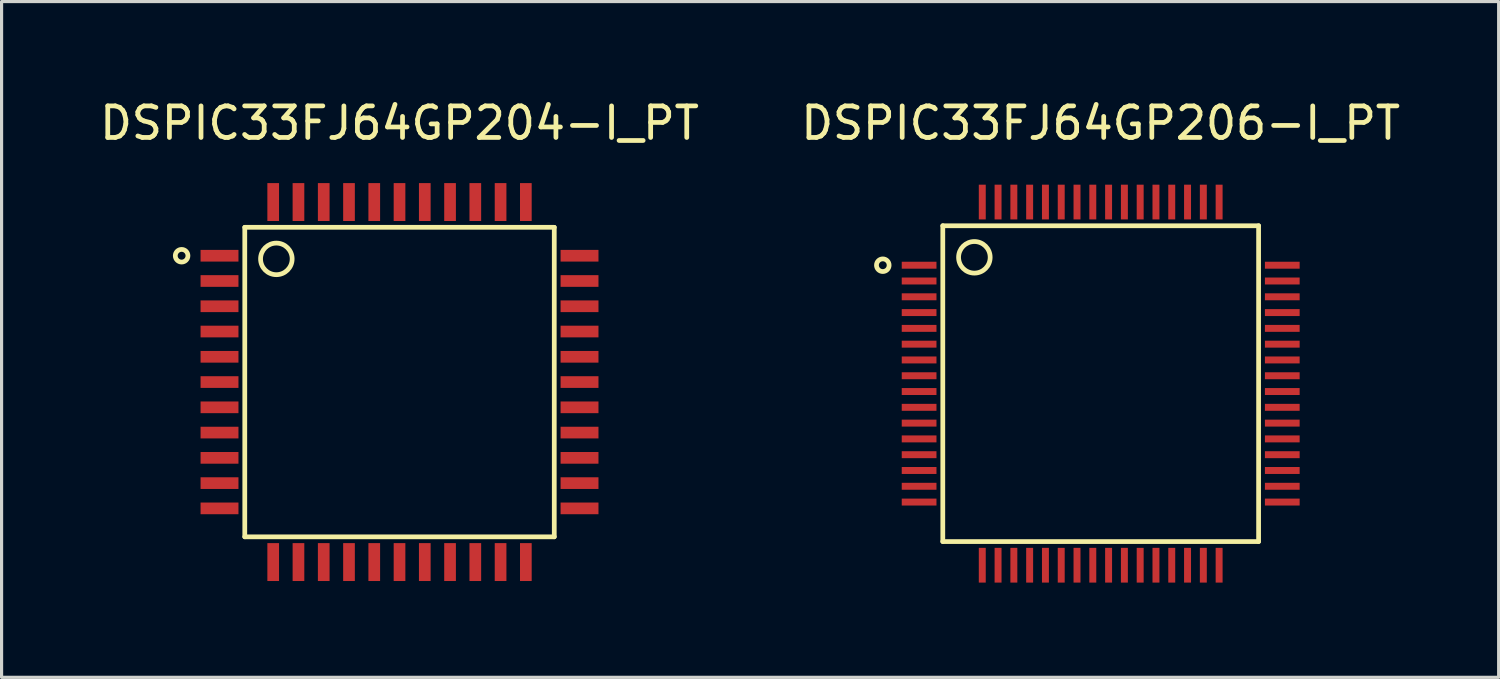
<source format=kicad_pcb>
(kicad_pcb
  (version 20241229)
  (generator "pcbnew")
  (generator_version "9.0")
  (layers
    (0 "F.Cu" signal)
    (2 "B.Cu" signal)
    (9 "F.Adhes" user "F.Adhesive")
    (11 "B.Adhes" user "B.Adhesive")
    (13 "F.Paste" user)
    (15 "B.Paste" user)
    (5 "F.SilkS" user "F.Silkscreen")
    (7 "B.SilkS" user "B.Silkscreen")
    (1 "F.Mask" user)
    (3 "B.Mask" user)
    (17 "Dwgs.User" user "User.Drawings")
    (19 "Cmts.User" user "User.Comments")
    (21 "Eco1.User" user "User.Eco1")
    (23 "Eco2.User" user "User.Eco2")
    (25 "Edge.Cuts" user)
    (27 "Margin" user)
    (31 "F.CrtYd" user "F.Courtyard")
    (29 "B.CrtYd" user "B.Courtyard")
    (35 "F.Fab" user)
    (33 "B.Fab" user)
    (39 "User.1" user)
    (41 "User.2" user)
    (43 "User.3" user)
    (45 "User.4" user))
  (footprint "DSPIC33FJ64GP206-I_PT"
    (layer "F.Cu")
    (at 26.054 3.348)
    (property "Reference" "DSPIC33FJ64GP206-I_PT" (at 5.75 -2.5 0) (layer "F.SilkS") (effects (font (size 1 1) (thickness 0.15))))
    (attr through_hole)
    (fp_line (start 0.75 0.75) (end 0.75 10.75) (stroke (width 0.15) (type solid)) (layer "F.SilkS"))
    (fp_line (start 0.75 0.75) (end 10.75 0.75) (stroke (width 0.15) (type solid)) (layer "F.SilkS"))
    (fp_line (start 0.75 10.75) (end 10.75 10.75) (stroke (width 0.15) (type solid)) (layer "F.SilkS"))
    (fp_line (start 10.75 10.75) (end 10.75 0.75) (stroke (width 0.15) (type solid)) (layer "F.SilkS"))
    (fp_circle (center -1.15 2) (end -1.15 1.8) (stroke (width 0.15) (type solid)) (fill no) (layer "F.SilkS"))
    (fp_circle (center 1.75 1.75) (end 1.75 1.25) (stroke (width 0.15) (type solid)) (fill no) (layer "F.SilkS"))
    (pad "1" smd rect (at 0 2) (size 1.1 0.22) (layers "F.Cu" "F.Mask" "F.Paste"))
    (pad "2" smd rect (at 0 2.5) (size 1.1 0.22) (layers "F.Cu" "F.Mask" "F.Paste"))
    (pad "3" smd rect (at 0 3) (size 1.1 0.22) (layers "F.Cu" "F.Mask" "F.Paste"))
    (pad "4" smd rect (at 0 3.5) (size 1.1 0.22) (layers "F.Cu" "F.Mask" "F.Paste"))
    (pad "5" smd rect (at 0 4) (size 1.1 0.22) (layers "F.Cu" "F.Mask" "F.Paste"))
    (pad "6" smd rect (at 0 4.5) (size 1.1 0.22) (layers "F.Cu" "F.Mask" "F.Paste"))
    (pad "7" smd rect (at 0 5) (size 1.1 0.22) (layers "F.Cu" "F.Mask" "F.Paste"))
    (pad "8" smd rect (at 0 5.5) (size 1.1 0.22) (layers "F.Cu" "F.Mask" "F.Paste"))
    (pad "9" smd rect (at 0 6) (size 1.1 0.22) (layers "F.Cu" "F.Mask" "F.Paste"))
    (pad "10" smd rect (at 0 6.5) (size 1.1 0.22) (layers "F.Cu" "F.Mask" "F.Paste"))
    (pad "11" smd rect (at 0 7) (size 1.1 0.22) (layers "F.Cu" "F.Mask" "F.Paste"))
    (pad "12" smd rect (at 0 7.5) (size 1.1 0.22) (layers "F.Cu" "F.Mask" "F.Paste"))
    (pad "13" smd rect (at 0 8) (size 1.1 0.22) (layers "F.Cu" "F.Mask" "F.Paste"))
    (pad "14" smd rect (at 0 8.5) (size 1.1 0.22) (layers "F.Cu" "F.Mask" "F.Paste"))
    (pad "15" smd rect (at 0 9) (size 1.1 0.22) (layers "F.Cu" "F.Mask" "F.Paste"))
    (pad "16" smd rect (at 0 9.5) (size 1.1 0.22) (layers "F.Cu" "F.Mask" "F.Paste"))
    (pad "17" smd rect (at 2 11.5) (size 0.22 1.1) (layers "F.Cu" "F.Mask" "F.Paste"))
    (pad "18" smd rect (at 2.5 11.5) (size 0.22 1.1) (layers "F.Cu" "F.Mask" "F.Paste"))
    (pad "19" smd rect (at 3 11.5) (size 0.22 1.1) (layers "F.Cu" "F.Mask" "F.Paste"))
    (pad "20" smd rect (at 3.5 11.5) (size 0.22 1.1) (layers "F.Cu" "F.Mask" "F.Paste"))
    (pad "21" smd rect (at 4 11.5) (size 0.22 1.1) (layers "F.Cu" "F.Mask" "F.Paste"))
    (pad "22" smd rect (at 4.5 11.5) (size 0.22 1.1) (layers "F.Cu" "F.Mask" "F.Paste"))
    (pad "23" smd rect (at 5 11.5) (size 0.22 1.1) (layers "F.Cu" "F.Mask" "F.Paste"))
    (pad "24" smd rect (at 5.5 11.5) (size 0.22 1.1) (layers "F.Cu" "F.Mask" "F.Paste"))
    (pad "25" smd rect (at 6 11.5) (size 0.22 1.1) (layers "F.Cu" "F.Mask" "F.Paste"))
    (pad "26" smd rect (at 6.5 11.5) (size 0.22 1.1) (layers "F.Cu" "F.Mask" "F.Paste"))
    (pad "27" smd rect (at 7 11.5) (size 0.22 1.1) (layers "F.Cu" "F.Mask" "F.Paste"))
    (pad "28" smd rect (at 7.5 11.5) (size 0.22 1.1) (layers "F.Cu" "F.Mask" "F.Paste"))
    (pad "29" smd rect (at 8 11.5) (size 0.22 1.1) (layers "F.Cu" "F.Mask" "F.Paste"))
    (pad "30" smd rect (at 8.5 11.5) (size 0.22 1.1) (layers "F.Cu" "F.Mask" "F.Paste"))
    (pad "31" smd rect (at 9 11.5) (size 0.22 1.1) (layers "F.Cu" "F.Mask" "F.Paste"))
    (pad "32" smd rect (at 9.5 11.5) (size 0.22 1.1) (layers "F.Cu" "F.Mask" "F.Paste"))
    (pad "33" smd rect (at 11.5 9.5) (size 1.1 0.22) (layers "F.Cu" "F.Mask" "F.Paste"))
    (pad "34" smd rect (at 11.5 9) (size 1.1 0.22) (layers "F.Cu" "F.Mask" "F.Paste"))
    (pad "35" smd rect (at 11.5 8.5) (size 1.1 0.22) (layers "F.Cu" "F.Mask" "F.Paste"))
    (pad "36" smd rect (at 11.5 8) (size 1.1 0.22) (layers "F.Cu" "F.Mask" "F.Paste"))
    (pad "37" smd rect (at 11.5 7.5) (size 1.1 0.22) (layers "F.Cu" "F.Mask" "F.Paste"))
    (pad "38" smd rect (at 11.5 7) (size 1.1 0.22) (layers "F.Cu" "F.Mask" "F.Paste"))
    (pad "39" smd rect (at 11.5 6.5) (size 1.1 0.22) (layers "F.Cu" "F.Mask" "F.Paste"))
    (pad "40" smd rect (at 11.5 6) (size 1.1 0.22) (layers "F.Cu" "F.Mask" "F.Paste"))
    (pad "41" smd rect (at 11.5 5.5) (size 1.1 0.22) (layers "F.Cu" "F.Mask" "F.Paste"))
    (pad "42" smd rect (at 11.5 5) (size 1.1 0.22) (layers "F.Cu" "F.Mask" "F.Paste"))
    (pad "43" smd rect (at 11.5 4.5) (size 1.1 0.22) (layers "F.Cu" "F.Mask" "F.Paste"))
    (pad "44" smd rect (at 11.5 4) (size 1.1 0.22) (layers "F.Cu" "F.Mask" "F.Paste"))
    (pad "45" smd rect (at 11.5 3.5) (size 1.1 0.22) (layers "F.Cu" "F.Mask" "F.Paste"))
    (pad "46" smd rect (at 11.5 3) (size 1.1 0.22) (layers "F.Cu" "F.Mask" "F.Paste"))
    (pad "47" smd rect (at 11.5 2.5) (size 1.1 0.22) (layers "F.Cu" "F.Mask" "F.Paste"))
    (pad "48" smd rect (at 11.5 2) (size 1.1 0.22) (layers "F.Cu" "F.Mask" "F.Paste"))
    (pad "49" smd rect (at 9.5 0) (size 0.22 1.1) (layers "F.Cu" "F.Mask" "F.Paste"))
    (pad "50" smd rect (at 9 0) (size 0.22 1.1) (layers "F.Cu" "F.Mask" "F.Paste"))
    (pad "51" smd rect (at 8.5 0) (size 0.22 1.1) (layers "F.Cu" "F.Mask" "F.Paste"))
    (pad "52" smd rect (at 8 0) (size 0.22 1.1) (layers "F.Cu" "F.Mask" "F.Paste"))
    (pad "53" smd rect (at 7.5 0) (size 0.22 1.1) (layers "F.Cu" "F.Mask" "F.Paste"))
    (pad "54" smd rect (at 7 0) (size 0.22 1.1) (layers "F.Cu" "F.Mask" "F.Paste"))
    (pad "55" smd rect (at 6.5 0) (size 0.22 1.1) (layers "F.Cu" "F.Mask" "F.Paste"))
    (pad "56" smd rect (at 6 0) (size 0.22 1.1) (layers "F.Cu" "F.Mask" "F.Paste"))
    (pad "57" smd rect (at 5.5 0) (size 0.22 1.1) (layers "F.Cu" "F.Mask" "F.Paste"))
    (pad "58" smd rect (at 5 0) (size 0.22 1.1) (layers "F.Cu" "F.Mask" "F.Paste"))
    (pad "59" smd rect (at 4.5 0) (size 0.22 1.1) (layers "F.Cu" "F.Mask" "F.Paste"))
    (pad "60" smd rect (at 4 0) (size 0.22 1.1) (layers "F.Cu" "F.Mask" "F.Paste"))
    (pad "61" smd rect (at 3.5 0) (size 0.22 1.1) (layers "F.Cu" "F.Mask" "F.Paste"))
    (pad "62" smd rect (at 3 0) (size 0.22 1.1) (layers "F.Cu" "F.Mask" "F.Paste"))
    (pad "63" smd rect (at 2.5 0) (size 0.22 1.1) (layers "F.Cu" "F.Mask" "F.Paste"))
    (pad "64" smd rect (at 2 0) (size 0.22 1.1) (layers "F.Cu" "F.Mask" "F.Paste")))
  (footprint "DSPIC33FJ64GP204-I_PT"
    (layer "F.Cu")
    (at 3.901 3.348)
    (property "Reference" "DSPIC33FJ64GP204-I_PT" (at 5.7 -2.5 0) (layer "F.SilkS") (effects (font (size 1 1) (thickness 0.15))))
    (attr through_hole)
    (fp_line (start 0.8 0.8) (end 0.8 10.6) (stroke (width 0.15) (type solid)) (layer "F.SilkS"))
    (fp_line (start 0.8 0.8) (end 10.6 0.8) (stroke (width 0.15) (type solid)) (layer "F.SilkS"))
    (fp_line (start 0.8 10.6) (end 10.6 10.6) (stroke (width 0.15) (type solid)) (layer "F.SilkS"))
    (fp_line (start 10.6 10.6) (end 10.6 0.8) (stroke (width 0.15) (type solid)) (layer "F.SilkS"))
    (fp_circle (center -1.2 1.7) (end -1.2 1.5) (stroke (width 0.15) (type solid)) (fill no) (layer "F.SilkS"))
    (fp_circle (center 1.8 1.8) (end 1.8 1.3) (stroke (width 0.15) (type solid)) (fill no) (layer "F.SilkS"))
    (pad "1" smd rect (at 0 1.7) (size 1.2 0.37) (layers "F.Cu" "F.Mask" "F.Paste"))
    (pad "2" smd rect (at 0 2.5) (size 1.2 0.37) (layers "F.Cu" "F.Mask" "F.Paste"))
    (pad "3" smd rect (at 0 3.3) (size 1.2 0.37) (layers "F.Cu" "F.Mask" "F.Paste"))
    (pad "4" smd rect (at 0 4.1) (size 1.2 0.37) (layers "F.Cu" "F.Mask" "F.Paste"))
    (pad "5" smd rect (at 0 4.9) (size 1.2 0.37) (layers "F.Cu" "F.Mask" "F.Paste"))
    (pad "6" smd rect (at 0 5.7) (size 1.2 0.37) (layers "F.Cu" "F.Mask" "F.Paste"))
    (pad "7" smd rect (at 0 6.5) (size 1.2 0.37) (layers "F.Cu" "F.Mask" "F.Paste"))
    (pad "8" smd rect (at 0 7.3) (size 1.2 0.37) (layers "F.Cu" "F.Mask" "F.Paste"))
    (pad "9" smd rect (at 0 8.1) (size 1.2 0.37) (layers "F.Cu" "F.Mask" "F.Paste"))
    (pad "10" smd rect (at 0 8.9) (size 1.2 0.37) (layers "F.Cu" "F.Mask" "F.Paste"))
    (pad "11" smd rect (at 0 9.7) (size 1.2 0.37) (layers "F.Cu" "F.Mask" "F.Paste"))
    (pad "12" smd rect (at 1.7 11.4) (size 0.37 1.2) (layers "F.Cu" "F.Mask" "F.Paste"))
    (pad "13" smd rect (at 2.5 11.4) (size 0.37 1.2) (layers "F.Cu" "F.Mask" "F.Paste"))
    (pad "14" smd rect (at 3.3 11.4) (size 0.37 1.2) (layers "F.Cu" "F.Mask" "F.Paste"))
    (pad "15" smd rect (at 4.1 11.4) (size 0.37 1.2) (layers "F.Cu" "F.Mask" "F.Paste"))
    (pad "16" smd rect (at 4.9 11.4) (size 0.37 1.2) (layers "F.Cu" "F.Mask" "F.Paste"))
    (pad "17" smd rect (at 5.7 11.4) (size 0.37 1.2) (layers "F.Cu" "F.Mask" "F.Paste"))
    (pad "18" smd rect (at 6.5 11.4) (size 0.37 1.2) (layers "F.Cu" "F.Mask" "F.Paste"))
    (pad "19" smd rect (at 7.3 11.4) (size 0.37 1.2) (layers "F.Cu" "F.Mask" "F.Paste"))
    (pad "20" smd rect (at 8.1 11.4) (size 0.37 1.2) (layers "F.Cu" "F.Mask" "F.Paste"))
    (pad "21" smd rect (at 8.9 11.4) (size 0.37 1.2) (layers "F.Cu" "F.Mask" "F.Paste"))
    (pad "22" smd rect (at 9.7 11.4) (size 0.37 1.2) (layers "F.Cu" "F.Mask" "F.Paste"))
    (pad "23" smd rect (at 11.4 9.7) (size 1.2 0.37) (layers "F.Cu" "F.Mask" "F.Paste"))
    (pad "24" smd rect (at 11.4 8.9) (size 1.2 0.37) (layers "F.Cu" "F.Mask" "F.Paste"))
    (pad "25" smd rect (at 11.4 8.1) (size 1.2 0.37) (layers "F.Cu" "F.Mask" "F.Paste"))
    (pad "26" smd rect (at 11.4 7.3) (size 1.2 0.37) (layers "F.Cu" "F.Mask" "F.Paste"))
    (pad "27" smd rect (at 11.4 6.5) (size 1.2 0.37) (layers "F.Cu" "F.Mask" "F.Paste"))
    (pad "28" smd rect (at 11.4 5.7) (size 1.2 0.37) (layers "F.Cu" "F.Mask" "F.Paste"))
    (pad "29" smd rect (at 11.4 4.9) (size 1.2 0.37) (layers "F.Cu" "F.Mask" "F.Paste"))
    (pad "30" smd rect (at 11.4 4.1) (size 1.2 0.37) (layers "F.Cu" "F.Mask" "F.Paste"))
    (pad "31" smd rect (at 11.4 3.3) (size 1.2 0.37) (layers "F.Cu" "F.Mask" "F.Paste"))
    (pad "32" smd rect (at 11.4 2.5) (size 1.2 0.37) (layers "F.Cu" "F.Mask" "F.Paste"))
    (pad "33" smd rect (at 11.4 1.7) (size 1.2 0.37) (layers "F.Cu" "F.Mask" "F.Paste"))
    (pad "34" smd rect (at 9.7 0) (size 0.37 1.2) (layers "F.Cu" "F.Mask" "F.Paste"))
    (pad "35" smd rect (at 8.9 0) (size 0.37 1.2) (layers "F.Cu" "F.Mask" "F.Paste"))
    (pad "36" smd rect (at 8.1 0) (size 0.37 1.2) (layers "F.Cu" "F.Mask" "F.Paste"))
    (pad "37" smd rect (at 7.3 0) (size 0.37 1.2) (layers "F.Cu" "F.Mask" "F.Paste"))
    (pad "38" smd rect (at 6.5 0) (size 0.37 1.2) (layers "F.Cu" "F.Mask" "F.Paste"))
    (pad "39" smd rect (at 5.7 0) (size 0.37 1.2) (layers "F.Cu" "F.Mask" "F.Paste"))
    (pad "40" smd rect (at 4.9 0) (size 0.37 1.2) (layers "F.Cu" "F.Mask" "F.Paste"))
    (pad "41" smd rect (at 4.1 0) (size 0.37 1.2) (layers "F.Cu" "F.Mask" "F.Paste"))
    (pad "42" smd rect (at 3.3 0) (size 0.37 1.2) (layers "F.Cu" "F.Mask" "F.Paste"))
    (pad "43" smd rect (at 2.5 0) (size 0.37 1.2) (layers "F.Cu" "F.Mask" "F.Paste"))
    (pad "44" smd rect (at 1.7 0) (size 0.37 1.2) (layers "F.Cu" "F.Mask" "F.Paste")))
  (gr_rect
    (start -3 -3)
    (end 44.405 18.398)
    (stroke (width 0.1) (type default))
    (fill no)
    (layer "Edge.Cuts")))
</source>
